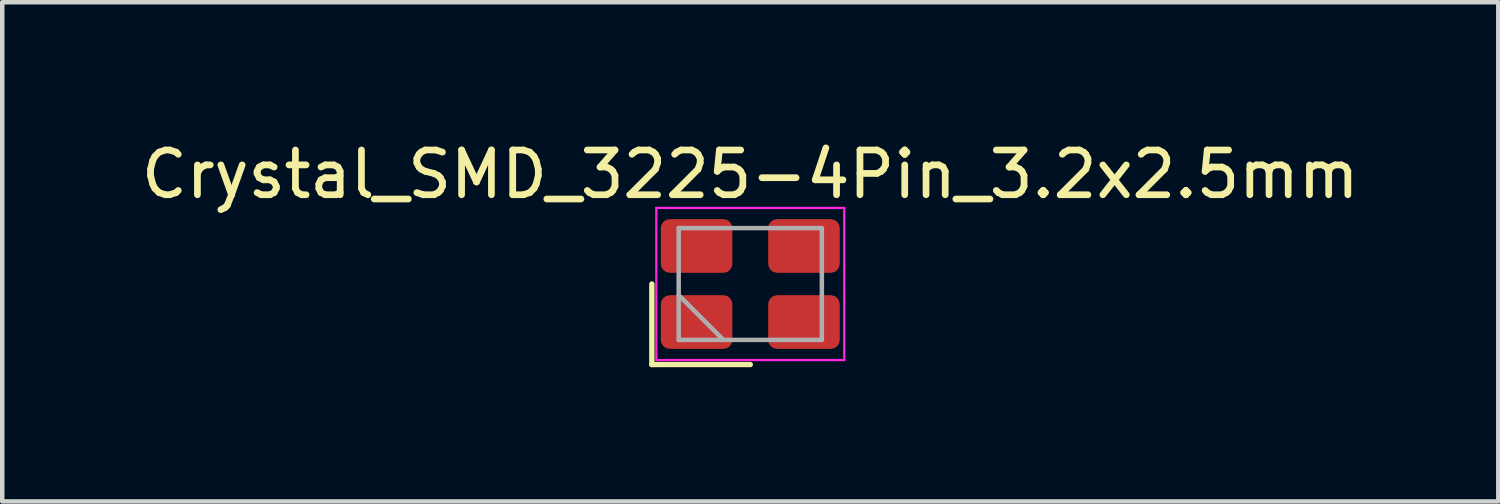
<source format=kicad_pcb>
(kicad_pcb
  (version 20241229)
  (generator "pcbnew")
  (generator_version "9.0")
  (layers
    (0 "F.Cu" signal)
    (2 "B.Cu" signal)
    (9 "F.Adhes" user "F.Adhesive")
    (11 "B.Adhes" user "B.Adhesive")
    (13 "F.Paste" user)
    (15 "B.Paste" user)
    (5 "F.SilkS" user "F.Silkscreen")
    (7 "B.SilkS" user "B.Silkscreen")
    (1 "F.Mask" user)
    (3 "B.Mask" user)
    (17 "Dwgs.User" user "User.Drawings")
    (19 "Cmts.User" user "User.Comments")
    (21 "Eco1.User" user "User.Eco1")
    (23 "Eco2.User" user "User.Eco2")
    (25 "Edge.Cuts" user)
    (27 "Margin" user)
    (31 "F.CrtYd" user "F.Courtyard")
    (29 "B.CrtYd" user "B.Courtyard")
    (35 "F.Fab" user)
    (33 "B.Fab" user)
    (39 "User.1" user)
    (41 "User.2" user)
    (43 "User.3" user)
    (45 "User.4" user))
  (footprint "Crystal_SMD_3225-4Pin_3.2x2.5mm"
    (layer "F.Cu")
    (at 13.72 3.298)
    (property "Reference" "Crystal_SMD_3225-4Pin_3.2x2.5mm" (at 0 -2.45 180) (layer "F.SilkS") (effects (font (size 1 1) (thickness 0.15))))
    (attr smd)
    (fp_line (start -2.2 0) (end -2.2 1.8) (stroke (width 0.12) (type solid)) (layer "F.SilkS"))
    (fp_line (start -2.2 1.8) (end 0 1.8) (stroke (width 0.12) (type solid)) (layer "F.SilkS"))
    (fp_line (start -2.1 -1.7) (end -2.1 1.7) (stroke (width 0.05) (type solid)) (layer "F.CrtYd"))
    (fp_line (start -2.1 1.7) (end 2.1 1.7) (stroke (width 0.05) (type solid)) (layer "F.CrtYd"))
    (fp_line (start 2.1 -1.7) (end -2.1 -1.7) (stroke (width 0.05) (type solid)) (layer "F.CrtYd"))
    (fp_line (start 2.1 1.7) (end 2.1 -1.7) (stroke (width 0.05) (type solid)) (layer "F.CrtYd"))
    (fp_line (start -1.6 -1.25) (end -1.6 1.25) (stroke (width 0.1) (type solid)) (layer "F.Fab"))
    (fp_line (start -1.6 0.25) (end -0.6 1.25) (stroke (width 0.1) (type solid)) (layer "F.Fab"))
    (fp_line (start -1.6 1.25) (end 1.6 1.25) (stroke (width 0.1) (type solid)) (layer "F.Fab"))
    (fp_line (start 1.6 -1.25) (end -1.6 -1.25) (stroke (width 0.1) (type solid)) (layer "F.Fab"))
    (fp_line (start 1.6 1.25) (end 1.6 -1.25) (stroke (width 0.1) (type solid)) (layer "F.Fab"))
    (pad "1" smd roundrect (at -1.1 0.85) (size 1.6 1.2) (drill (offset -0.1 0)) (layers "F.Cu" "F.Mask" "F.Paste") (roundrect_rratio 0.167))
    (pad "2" smd roundrect (at 1.1 0.85) (size 1.6 1.2) (drill (offset 0.1 0)) (layers "F.Cu" "F.Mask" "F.Paste") (roundrect_rratio 0.167))
    (pad "3" smd roundrect (at 1.1 -0.85) (size 1.6 1.2) (drill (offset 0.1 0)) (layers "F.Cu" "F.Mask" "F.Paste") (roundrect_rratio 0.167))
    (pad "4" smd roundrect (at -1.1 -0.85) (size 1.6 1.2) (drill (offset -0.1 0)) (layers "F.Cu" "F.Mask" "F.Paste") (roundrect_rratio 0.167)))
  (gr_rect
    (start -3 -3)
    (end 30.44 8.158)
    (stroke (width 0.1) (type default))
    (fill no)
    (layer "Edge.Cuts")))
</source>
